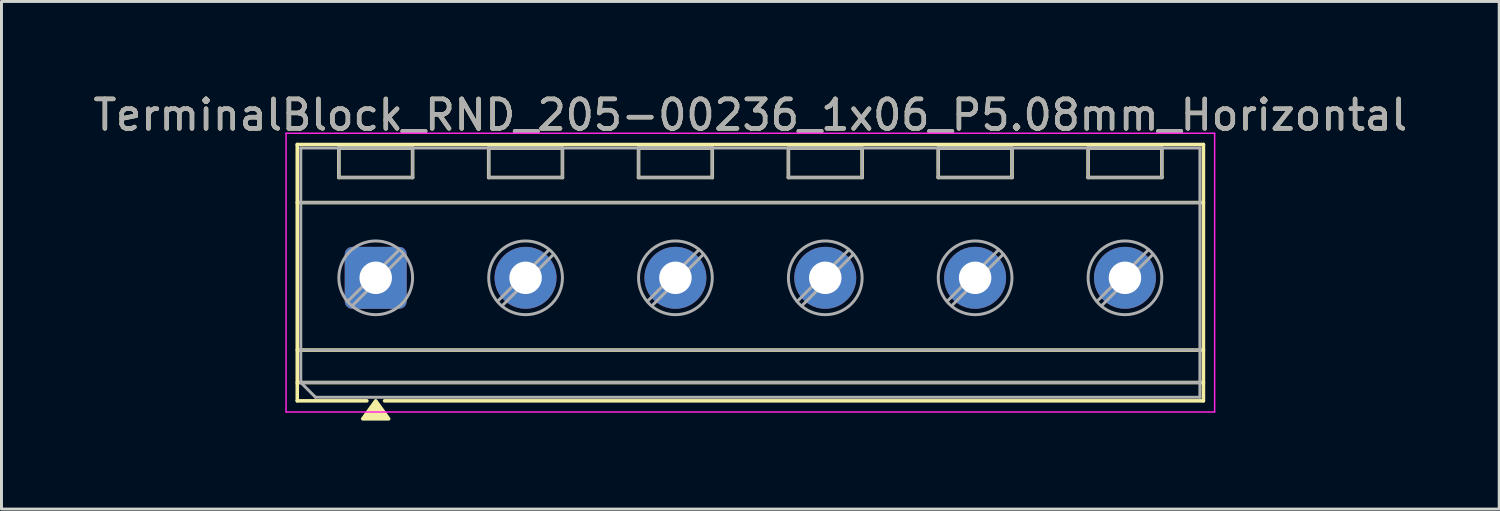
<source format=kicad_pcb>
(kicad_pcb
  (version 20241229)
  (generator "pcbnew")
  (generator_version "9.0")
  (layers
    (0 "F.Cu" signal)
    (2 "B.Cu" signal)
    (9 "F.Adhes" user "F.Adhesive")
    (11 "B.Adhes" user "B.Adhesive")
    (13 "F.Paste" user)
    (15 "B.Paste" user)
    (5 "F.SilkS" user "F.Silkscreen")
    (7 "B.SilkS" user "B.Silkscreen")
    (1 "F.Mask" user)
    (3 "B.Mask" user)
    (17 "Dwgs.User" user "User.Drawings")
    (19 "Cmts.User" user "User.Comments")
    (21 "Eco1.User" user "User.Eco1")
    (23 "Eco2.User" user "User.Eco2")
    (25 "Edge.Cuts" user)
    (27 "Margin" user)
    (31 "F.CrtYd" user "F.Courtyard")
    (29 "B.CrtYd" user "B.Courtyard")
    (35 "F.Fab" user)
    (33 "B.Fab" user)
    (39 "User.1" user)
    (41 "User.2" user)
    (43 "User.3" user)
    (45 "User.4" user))
  (footprint "TerminalBlock_RND_205-00236_1x06_P5.08mm_Horizontal"
    (layer "F.Cu")
    (at 9.687 6.368)
    (property "Reference" "TerminalBlock_RND_205-00236_1x06_P5.08mm_Horizontal" (at 12.7 -5.52 0) (layer "F.SilkS") (effects (font (size 1 1) (thickness 0.15))))
    (attr through_hole)
    (fp_line (start -2.66 -4.52) (end -2.66 4.17) (stroke (width 0.12) (type solid)) (layer "F.SilkS"))
    (fp_line (start -2.66 -4.52) (end 28.06 -4.52) (stroke (width 0.12) (type solid)) (layer "F.SilkS"))
    (fp_line (start -2.66 -2.55) (end 28.06 -2.55) (stroke (width 0.12) (type solid)) (layer "F.SilkS"))
    (fp_line (start -2.66 2.45) (end 28.06 2.45) (stroke (width 0.12) (type solid)) (layer "F.SilkS"))
    (fp_line (start -2.66 3.55) (end 28.06 3.55) (stroke (width 0.12) (type solid)) (layer "F.SilkS"))
    (fp_line (start -2.66 4.17) (end -0.3 4.17) (stroke (width 0.12) (type solid)) (layer "F.SilkS"))
    (fp_line (start -1.25 -4.4) (end -1.25 -3.4) (stroke (width 0.12) (type solid)) (layer "F.SilkS"))
    (fp_line (start -1.25 -4.4) (end 1.25 -4.4) (stroke (width 0.12) (type solid)) (layer "F.SilkS"))
    (fp_line (start -1.25 -3.4) (end 1.25 -3.4) (stroke (width 0.12) (type solid)) (layer "F.SilkS"))
    (fp_line (start 0.3 4.17) (end 28.06 4.17) (stroke (width 0.12) (type solid)) (layer "F.SilkS"))
    (fp_line (start 1.25 -4.4) (end 1.25 -3.4) (stroke (width 0.12) (type solid)) (layer "F.SilkS"))
    (fp_line (start 3.83 -4.4) (end 3.83 -3.4) (stroke (width 0.12) (type solid)) (layer "F.SilkS"))
    (fp_line (start 3.83 -4.4) (end 6.33 -4.4) (stroke (width 0.12) (type solid)) (layer "F.SilkS"))
    (fp_line (start 3.83 -3.4) (end 6.33 -3.4) (stroke (width 0.12) (type solid)) (layer "F.SilkS"))
    (fp_line (start 6.33 -4.4) (end 6.33 -3.4) (stroke (width 0.12) (type solid)) (layer "F.SilkS"))
    (fp_line (start 8.91 -4.4) (end 8.91 -3.4) (stroke (width 0.12) (type solid)) (layer "F.SilkS"))
    (fp_line (start 8.91 -4.4) (end 11.41 -4.4) (stroke (width 0.12) (type solid)) (layer "F.SilkS"))
    (fp_line (start 8.91 -3.4) (end 11.41 -3.4) (stroke (width 0.12) (type solid)) (layer "F.SilkS"))
    (fp_line (start 11.41 -4.4) (end 11.41 -3.4) (stroke (width 0.12) (type solid)) (layer "F.SilkS"))
    (fp_line (start 13.99 -4.4) (end 13.99 -3.4) (stroke (width 0.12) (type solid)) (layer "F.SilkS"))
    (fp_line (start 13.99 -4.4) (end 16.49 -4.4) (stroke (width 0.12) (type solid)) (layer "F.SilkS"))
    (fp_line (start 13.99 -3.4) (end 16.49 -3.4) (stroke (width 0.12) (type solid)) (layer "F.SilkS"))
    (fp_line (start 16.49 -4.4) (end 16.49 -3.4) (stroke (width 0.12) (type solid)) (layer "F.SilkS"))
    (fp_line (start 19.07 -4.4) (end 19.07 -3.4) (stroke (width 0.12) (type solid)) (layer "F.SilkS"))
    (fp_line (start 19.07 -4.4) (end 21.57 -4.4) (stroke (width 0.12) (type solid)) (layer "F.SilkS"))
    (fp_line (start 19.07 -3.4) (end 21.57 -3.4) (stroke (width 0.12) (type solid)) (layer "F.SilkS"))
    (fp_line (start 21.57 -4.4) (end 21.57 -3.4) (stroke (width 0.12) (type solid)) (layer "F.SilkS"))
    (fp_line (start 24.15 -4.4) (end 24.15 -3.4) (stroke (width 0.12) (type solid)) (layer "F.SilkS"))
    (fp_line (start 24.15 -4.4) (end 26.65 -4.4) (stroke (width 0.12) (type solid)) (layer "F.SilkS"))
    (fp_line (start 24.15 -3.4) (end 26.65 -3.4) (stroke (width 0.12) (type solid)) (layer "F.SilkS"))
    (fp_line (start 26.65 -4.4) (end 26.65 -3.4) (stroke (width 0.12) (type solid)) (layer "F.SilkS"))
    (fp_line (start 28.06 -4.52) (end 28.06 4.17) (stroke (width 0.12) (type solid)) (layer "F.SilkS"))
    (fp_poly (pts (xy 0 4.17) (xy 0.44 4.78) (xy -0.44 4.78)) (stroke (width 0.12) (type solid)) (fill yes) (layer "F.SilkS"))
    (fp_line (start -3.04 -4.9) (end -3.04 4.55) (stroke (width 0.05) (type solid)) (layer "F.CrtYd"))
    (fp_line (start -3.04 4.55) (end 28.44 4.55) (stroke (width 0.05) (type solid)) (layer "F.CrtYd"))
    (fp_line (start 28.44 -4.9) (end -3.04 -4.9) (stroke (width 0.05) (type solid)) (layer "F.CrtYd"))
    (fp_line (start 28.44 4.55) (end 28.44 -4.9) (stroke (width 0.05) (type solid)) (layer "F.CrtYd"))
    (fp_line (start -2.54 -4.4) (end 27.94 -4.4) (stroke (width 0.1) (type solid)) (layer "F.Fab"))
    (fp_line (start -2.54 -2.55) (end 27.94 -2.55) (stroke (width 0.1) (type solid)) (layer "F.Fab"))
    (fp_line (start -2.54 2.45) (end 27.94 2.45) (stroke (width 0.1) (type solid)) (layer "F.Fab"))
    (fp_line (start -2.54 3.55) (end -2.54 -4.4) (stroke (width 0.1) (type solid)) (layer "F.Fab"))
    (fp_line (start -2.54 3.55) (end 27.94 3.55) (stroke (width 0.1) (type solid)) (layer "F.Fab"))
    (fp_line (start -2.04 4.05) (end -2.54 3.55) (stroke (width 0.1) (type solid)) (layer "F.Fab"))
    (fp_line (start -1.25 -4.4) (end -1.25 -3.4) (stroke (width 0.1) (type solid)) (layer "F.Fab"))
    (fp_line (start -1.25 -3.4) (end 1.25 -3.4) (stroke (width 0.1) (type solid)) (layer "F.Fab"))
    (fp_line (start 0.795 -0.948) (end -0.948 0.795) (stroke (width 0.1) (type solid)) (layer "F.Fab"))
    (fp_line (start 0.948 -0.795) (end -0.795 0.948) (stroke (width 0.1) (type solid)) (layer "F.Fab"))
    (fp_line (start 1.25 -4.4) (end -1.25 -4.4) (stroke (width 0.1) (type solid)) (layer "F.Fab"))
    (fp_line (start 1.25 -3.4) (end 1.25 -4.4) (stroke (width 0.1) (type solid)) (layer "F.Fab"))
    (fp_line (start 3.83 -4.4) (end 3.83 -3.4) (stroke (width 0.1) (type solid)) (layer "F.Fab"))
    (fp_line (start 3.83 -3.4) (end 6.33 -3.4) (stroke (width 0.1) (type solid)) (layer "F.Fab"))
    (fp_line (start 5.875 -0.948) (end 4.132 0.795) (stroke (width 0.1) (type solid)) (layer "F.Fab"))
    (fp_line (start 6.028 -0.795) (end 4.285 0.948) (stroke (width 0.1) (type solid)) (layer "F.Fab"))
    (fp_line (start 6.33 -4.4) (end 3.83 -4.4) (stroke (width 0.1) (type solid)) (layer "F.Fab"))
    (fp_line (start 6.33 -3.4) (end 6.33 -4.4) (stroke (width 0.1) (type solid)) (layer "F.Fab"))
    (fp_line (start 8.91 -4.4) (end 8.91 -3.4) (stroke (width 0.1) (type solid)) (layer "F.Fab"))
    (fp_line (start 8.91 -3.4) (end 11.41 -3.4) (stroke (width 0.1) (type solid)) (layer "F.Fab"))
    (fp_line (start 10.955 -0.948) (end 9.212 0.795) (stroke (width 0.1) (type solid)) (layer "F.Fab"))
    (fp_line (start 11.108 -0.795) (end 9.365 0.948) (stroke (width 0.1) (type solid)) (layer "F.Fab"))
    (fp_line (start 11.41 -4.4) (end 8.91 -4.4) (stroke (width 0.1) (type solid)) (layer "F.Fab"))
    (fp_line (start 11.41 -3.4) (end 11.41 -4.4) (stroke (width 0.1) (type solid)) (layer "F.Fab"))
    (fp_line (start 13.99 -4.4) (end 13.99 -3.4) (stroke (width 0.1) (type solid)) (layer "F.Fab"))
    (fp_line (start 13.99 -3.4) (end 16.49 -3.4) (stroke (width 0.1) (type solid)) (layer "F.Fab"))
    (fp_line (start 16.035 -0.948) (end 14.292 0.795) (stroke (width 0.1) (type solid)) (layer "F.Fab"))
    (fp_line (start 16.188 -0.795) (end 14.445 0.948) (stroke (width 0.1) (type solid)) (layer "F.Fab"))
    (fp_line (start 16.49 -4.4) (end 13.99 -4.4) (stroke (width 0.1) (type solid)) (layer "F.Fab"))
    (fp_line (start 16.49 -3.4) (end 16.49 -4.4) (stroke (width 0.1) (type solid)) (layer "F.Fab"))
    (fp_line (start 19.07 -4.4) (end 19.07 -3.4) (stroke (width 0.1) (type solid)) (layer "F.Fab"))
    (fp_line (start 19.07 -3.4) (end 21.57 -3.4) (stroke (width 0.1) (type solid)) (layer "F.Fab"))
    (fp_line (start 21.115 -0.948) (end 19.372 0.795) (stroke (width 0.1) (type solid)) (layer "F.Fab"))
    (fp_line (start 21.268 -0.795) (end 19.525 0.948) (stroke (width 0.1) (type solid)) (layer "F.Fab"))
    (fp_line (start 21.57 -4.4) (end 19.07 -4.4) (stroke (width 0.1) (type solid)) (layer "F.Fab"))
    (fp_line (start 21.57 -3.4) (end 21.57 -4.4) (stroke (width 0.1) (type solid)) (layer "F.Fab"))
    (fp_line (start 24.15 -4.4) (end 24.15 -3.4) (stroke (width 0.1) (type solid)) (layer "F.Fab"))
    (fp_line (start 24.15 -3.4) (end 26.65 -3.4) (stroke (width 0.1) (type solid)) (layer "F.Fab"))
    (fp_line (start 26.195 -0.948) (end 24.452 0.795) (stroke (width 0.1) (type solid)) (layer "F.Fab"))
    (fp_line (start 26.348 -0.795) (end 24.605 0.948) (stroke (width 0.1) (type solid)) (layer "F.Fab"))
    (fp_line (start 26.65 -4.4) (end 24.15 -4.4) (stroke (width 0.1) (type solid)) (layer "F.Fab"))
    (fp_line (start 26.65 -3.4) (end 26.65 -4.4) (stroke (width 0.1) (type solid)) (layer "F.Fab"))
    (fp_line (start 27.94 -4.4) (end 27.94 4.05) (stroke (width 0.1) (type solid)) (layer "F.Fab"))
    (fp_line (start 27.94 4.05) (end -2.04 4.05) (stroke (width 0.1) (type solid)) (layer "F.Fab"))
    (fp_circle (center 0 0) (end 1.25 0) (stroke (width 0.1) (type solid)) (fill no) (layer "F.Fab"))
    (fp_circle (center 5.08 0) (end 6.33 0) (stroke (width 0.1) (type solid)) (fill no) (layer "F.Fab"))
    (fp_circle (center 10.16 0) (end 11.41 0) (stroke (width 0.1) (type solid)) (fill no) (layer "F.Fab"))
    (fp_circle (center 15.24 0) (end 16.49 0) (stroke (width 0.1) (type solid)) (fill no) (layer "F.Fab"))
    (fp_circle (center 20.32 0) (end 21.57 0) (stroke (width 0.1) (type solid)) (fill no) (layer "F.Fab"))
    (fp_circle (center 25.4 0) (end 26.65 0) (stroke (width 0.1) (type solid)) (fill no) (layer "F.Fab"))
    (fp_text user "${REFERENCE}" (at 12.7 -5.52 0) (layer "F.Fab") (effects (font (size 1 1) (thickness 0.15))))
    (pad "1" thru_hole roundrect (at 0 0) (size 2.1 2.1) (drill 1.1) (layers "*.Cu" "*.Mask") (roundrect_rratio 0.119))
    (pad "2" thru_hole circle (at 5.08 0) (size 2.1 2.1) (drill 1.1) (layers "*.Cu" "*.Mask"))
    (pad "3" thru_hole circle (at 10.16 0) (size 2.1 2.1) (drill 1.1) (layers "*.Cu" "*.Mask"))
    (pad "4" thru_hole circle (at 15.24 0) (size 2.1 2.1) (drill 1.1) (layers "*.Cu" "*.Mask"))
    (pad "5" thru_hole circle (at 20.32 0) (size 2.1 2.1) (drill 1.1) (layers "*.Cu" "*.Mask"))
    (pad "6" thru_hole circle (at 25.4 0) (size 2.1 2.1) (drill 1.1) (layers "*.Cu" "*.Mask")))
  (gr_rect
    (start -3 -3)
    (end 47.774 14.208)
    (stroke (width 0.1) (type default))
    (fill no)
    (layer "Edge.Cuts")))
</source>
